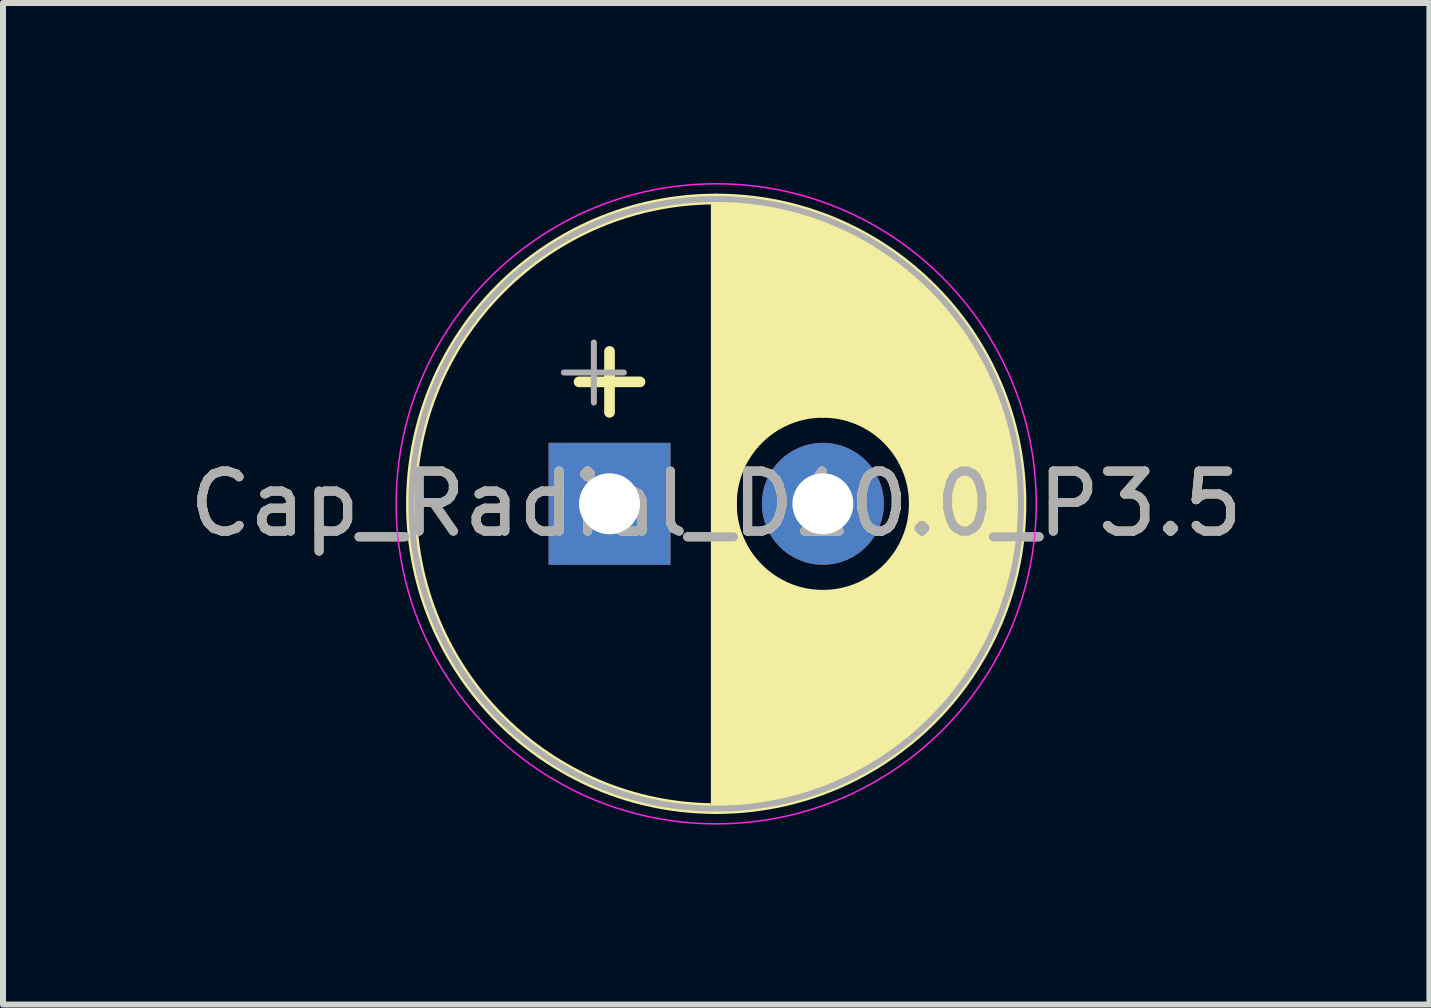
<source format=kicad_pcb>
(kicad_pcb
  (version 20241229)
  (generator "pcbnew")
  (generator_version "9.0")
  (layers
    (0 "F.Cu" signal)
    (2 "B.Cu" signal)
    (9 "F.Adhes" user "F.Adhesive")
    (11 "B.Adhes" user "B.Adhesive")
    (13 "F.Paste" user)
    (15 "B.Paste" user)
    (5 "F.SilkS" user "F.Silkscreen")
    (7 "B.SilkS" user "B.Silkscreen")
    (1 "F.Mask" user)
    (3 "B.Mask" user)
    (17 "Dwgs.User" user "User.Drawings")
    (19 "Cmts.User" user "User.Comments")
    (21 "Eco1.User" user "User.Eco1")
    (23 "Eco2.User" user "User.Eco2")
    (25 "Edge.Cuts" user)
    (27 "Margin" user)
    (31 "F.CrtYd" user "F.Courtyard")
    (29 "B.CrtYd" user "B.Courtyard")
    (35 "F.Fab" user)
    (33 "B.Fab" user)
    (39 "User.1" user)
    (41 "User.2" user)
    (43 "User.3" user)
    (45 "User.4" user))
  (footprint "Cap_Radial_D10.0_P3.5"
    (layer "F.Cu")
    (at 8.887 5.347)
    (property "Reference" "Cap_Radial_D10.0_P3.5" (at 0 0 0) (layer "F.SilkS") (effects (font (size 1 1) (thickness 0.15))))
    (attr through_hole)
    (fp_line (start -2.286 -2.032) (end -1.27 -2.032) (stroke (width 0.178) (type solid)) (layer "F.SilkS"))
    (fp_line (start -1.778 -2.54) (end -1.778 -1.524) (stroke (width 0.178) (type solid)) (layer "F.SilkS"))
    (fp_line (start 0 -5.08) (end 0 5.08) (stroke (width 0.178) (type solid)) (layer "F.SilkS"))
    (fp_line (start 0.127 -4.953) (end 0.127 4.953) (stroke (width 0.178) (type solid)) (layer "F.SilkS"))
    (fp_line (start 0.254 -4.953) (end 0.254 4.953) (stroke (width 0.178) (type solid)) (layer "F.SilkS"))
    (fp_line (start 0.381 -4.953) (end 0.381 -0.635) (stroke (width 0.178) (type solid)) (layer "F.SilkS"))
    (fp_line (start 0.381 0.762) (end 0.381 4.953) (stroke (width 0.178) (type solid)) (layer "F.SilkS"))
    (fp_line (start 0.508 -4.953) (end 0.508 -1.016) (stroke (width 0.178) (type solid)) (layer "F.SilkS"))
    (fp_line (start 0.508 1.016) (end 0.508 4.953) (stroke (width 0.178) (type solid)) (layer "F.SilkS"))
    (fp_line (start 0.635 -4.953) (end 0.635 -1.143) (stroke (width 0.178) (type solid)) (layer "F.SilkS"))
    (fp_line (start 0.635 1.143) (end 0.635 4.953) (stroke (width 0.178) (type solid)) (layer "F.SilkS"))
    (fp_line (start 0.762 -4.953) (end 0.762 -1.27) (stroke (width 0.178) (type solid)) (layer "F.SilkS"))
    (fp_line (start 0.762 1.143) (end 0.762 4.953) (stroke (width 0.178) (type solid)) (layer "F.SilkS"))
    (fp_line (start 0.889 -4.953) (end 0.889 -1.27) (stroke (width 0.178) (type solid)) (layer "F.SilkS"))
    (fp_line (start 0.889 1.27) (end 0.889 4.953) (stroke (width 0.178) (type solid)) (layer "F.SilkS"))
    (fp_line (start 1.016 -4.953) (end 1.016 -1.397) (stroke (width 0.178) (type solid)) (layer "F.SilkS"))
    (fp_line (start 1.016 1.397) (end 1.016 4.953) (stroke (width 0.178) (type solid)) (layer "F.SilkS"))
    (fp_line (start 1.143 -4.826) (end 1.143 -1.397) (stroke (width 0.178) (type solid)) (layer "F.SilkS"))
    (fp_line (start 1.143 1.524) (end 1.143 4.826) (stroke (width 0.178) (type solid)) (layer "F.SilkS"))
    (fp_line (start 1.27 -4.826) (end 1.27 -1.524) (stroke (width 0.178) (type solid)) (layer "F.SilkS"))
    (fp_line (start 1.27 1.524) (end 1.27 4.826) (stroke (width 0.178) (type solid)) (layer "F.SilkS"))
    (fp_line (start 1.397 -4.826) (end 1.397 -1.524) (stroke (width 0.178) (type solid)) (layer "F.SilkS"))
    (fp_line (start 1.397 1.524) (end 1.397 4.826) (stroke (width 0.178) (type solid)) (layer "F.SilkS"))
    (fp_line (start 1.524 -4.826) (end 1.524 -1.524) (stroke (width 0.178) (type solid)) (layer "F.SilkS"))
    (fp_line (start 1.524 1.524) (end 1.524 4.826) (stroke (width 0.178) (type solid)) (layer "F.SilkS"))
    (fp_line (start 1.651 -4.699) (end 1.651 -1.524) (stroke (width 0.178) (type solid)) (layer "F.SilkS"))
    (fp_line (start 1.651 1.524) (end 1.651 4.699) (stroke (width 0.178) (type solid)) (layer "F.SilkS"))
    (fp_line (start 1.778 -4.699) (end 1.778 -1.524) (stroke (width 0.178) (type solid)) (layer "F.SilkS"))
    (fp_line (start 1.778 1.524) (end 1.778 4.699) (stroke (width 0.178) (type solid)) (layer "F.SilkS"))
    (fp_line (start 1.905 -4.699) (end 1.905 -1.524) (stroke (width 0.178) (type solid)) (layer "F.SilkS"))
    (fp_line (start 1.905 1.524) (end 1.905 4.699) (stroke (width 0.178) (type solid)) (layer "F.SilkS"))
    (fp_line (start 2.032 -4.572) (end 2.032 -1.524) (stroke (width 0.178) (type solid)) (layer "F.SilkS"))
    (fp_line (start 2.032 1.524) (end 2.032 4.572) (stroke (width 0.178) (type solid)) (layer "F.SilkS"))
    (fp_line (start 2.159 -4.572) (end 2.159 -1.524) (stroke (width 0.178) (type solid)) (layer "F.SilkS"))
    (fp_line (start 2.159 1.524) (end 2.159 4.572) (stroke (width 0.178) (type solid)) (layer "F.SilkS"))
    (fp_line (start 2.286 -4.445) (end 2.286 -1.524) (stroke (width 0.178) (type solid)) (layer "F.SilkS"))
    (fp_line (start 2.286 1.524) (end 2.286 4.445) (stroke (width 0.178) (type solid)) (layer "F.SilkS"))
    (fp_line (start 2.413 -4.445) (end 2.413 -1.524) (stroke (width 0.178) (type solid)) (layer "F.SilkS"))
    (fp_line (start 2.413 1.524) (end 2.413 4.445) (stroke (width 0.178) (type solid)) (layer "F.SilkS"))
    (fp_line (start 2.54 -4.318) (end 2.54 -1.397) (stroke (width 0.178) (type solid)) (layer "F.SilkS"))
    (fp_line (start 2.54 1.397) (end 2.54 4.318) (stroke (width 0.178) (type solid)) (layer "F.SilkS"))
    (fp_line (start 2.667 -4.318) (end 2.667 -1.27) (stroke (width 0.178) (type solid)) (layer "F.SilkS"))
    (fp_line (start 2.667 1.27) (end 2.667 4.191) (stroke (width 0.178) (type solid)) (layer "F.SilkS"))
    (fp_line (start 2.794 -4.191) (end 2.794 -1.27) (stroke (width 0.178) (type solid)) (layer "F.SilkS"))
    (fp_line (start 2.794 1.27) (end 2.794 4.191) (stroke (width 0.178) (type solid)) (layer "F.SilkS"))
    (fp_line (start 2.921 -4.064) (end 2.921 -1.143) (stroke (width 0.178) (type solid)) (layer "F.SilkS"))
    (fp_line (start 2.921 1.016) (end 2.921 4.064) (stroke (width 0.178) (type solid)) (layer "F.SilkS"))
    (fp_line (start 3.048 -3.937) (end 3.048 -0.889) (stroke (width 0.178) (type solid)) (layer "F.SilkS"))
    (fp_line (start 3.048 1.016) (end 3.048 3.937) (stroke (width 0.178) (type solid)) (layer "F.SilkS"))
    (fp_line (start 3.175 -3.937) (end 3.175 -0.762) (stroke (width 0.178) (type solid)) (layer "F.SilkS"))
    (fp_line (start 3.175 0.635) (end 3.175 3.937) (stroke (width 0.178) (type solid)) (layer "F.SilkS"))
    (fp_line (start 3.302 -3.81) (end 3.302 3.81) (stroke (width 0.178) (type solid)) (layer "F.SilkS"))
    (fp_line (start 3.429 -3.683) (end 3.429 3.683) (stroke (width 0.178) (type solid)) (layer "F.SilkS"))
    (fp_line (start 3.556 -3.556) (end 3.556 3.556) (stroke (width 0.178) (type solid)) (layer "F.SilkS"))
    (fp_line (start 3.683 -3.429) (end 3.683 3.429) (stroke (width 0.178) (type solid)) (layer "F.SilkS"))
    (fp_line (start 3.81 -3.302) (end 3.81 3.302) (stroke (width 0.178) (type solid)) (layer "F.SilkS"))
    (fp_line (start 3.937 -3.175) (end 3.937 3.048) (stroke (width 0.178) (type solid)) (layer "F.SilkS"))
    (fp_line (start 4.064 -2.921) (end 4.064 2.921) (stroke (width 0.178) (type solid)) (layer "F.SilkS"))
    (fp_line (start 4.191 -2.794) (end 4.191 2.794) (stroke (width 0.178) (type solid)) (layer "F.SilkS"))
    (fp_line (start 4.318 -2.667) (end 4.318 2.54) (stroke (width 0.178) (type solid)) (layer "F.SilkS"))
    (fp_line (start 4.445 -2.413) (end 4.445 2.413) (stroke (width 0.178) (type solid)) (layer "F.SilkS"))
    (fp_line (start 4.572 -2.159) (end 4.572 2.159) (stroke (width 0.178) (type solid)) (layer "F.SilkS"))
    (fp_line (start 4.699 -1.905) (end 4.699 1.905) (stroke (width 0.178) (type solid)) (layer "F.SilkS"))
    (fp_line (start 4.826 -1.524) (end 4.826 1.397) (stroke (width 0.178) (type solid)) (layer "F.SilkS"))
    (fp_line (start 4.953 -1.016) (end 4.953 1.016) (stroke (width 0.178) (type solid)) (layer "F.SilkS"))
    (fp_circle (center 0 0) (end 5.08 0) (stroke (width 0.178) (type solid)) (fill no) (layer "F.SilkS"))
    (fp_circle (center 1.778 0) (end 3.302 0) (stroke (width 0.178) (type solid)) (fill no) (layer "F.SilkS"))
    (fp_circle (center 0 0) (end 5.334 0) (stroke (width 0.025) (type solid)) (fill no) (layer "F.CrtYd"))
    (fp_line (start -2.539 -2.188) (end -1.539 -2.188) (stroke (width 0.1) (type solid)) (layer "F.Fab"))
    (fp_line (start -2.039 -2.688) (end -2.039 -1.688) (stroke (width 0.1) (type solid)) (layer "F.Fab"))
    (fp_circle (center 0 0) (end 5.08 0) (stroke (width 0.1) (type solid)) (fill no) (layer "F.Fab"))
    (fp_text user "${REFERENCE}" (at 0 0 0) (layer "F.Fab") (effects (font (size 1 1) (thickness 0.15))))
    (pad "N" thru_hole circle (at 1.778 0) (size 2.032 2.032) (drill 1.016) (layers "*.Cu" "*.Mask"))
    (pad "P" thru_hole rect (at -1.778 0) (size 2.032 2.032) (drill 1.016) (layers "*.Cu" "*.Mask")))
  (gr_rect
    (start -3 -3)
    (end 20.774 13.693)
    (stroke (width 0.1) (type default))
    (fill no)
    (layer "Edge.Cuts")))
</source>
